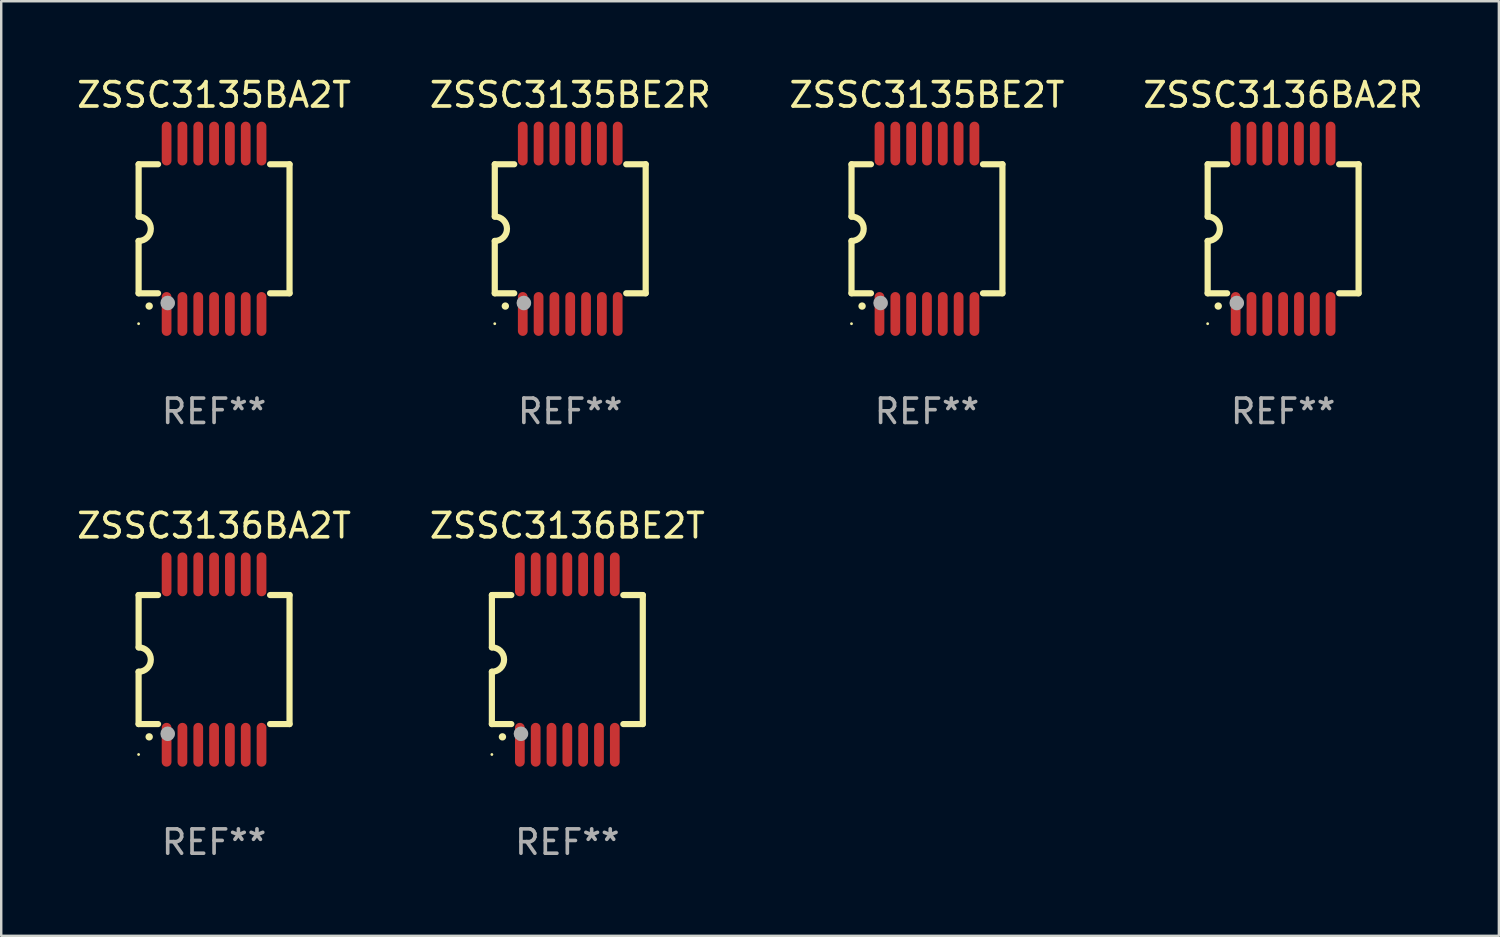
<source format=kicad_pcb>
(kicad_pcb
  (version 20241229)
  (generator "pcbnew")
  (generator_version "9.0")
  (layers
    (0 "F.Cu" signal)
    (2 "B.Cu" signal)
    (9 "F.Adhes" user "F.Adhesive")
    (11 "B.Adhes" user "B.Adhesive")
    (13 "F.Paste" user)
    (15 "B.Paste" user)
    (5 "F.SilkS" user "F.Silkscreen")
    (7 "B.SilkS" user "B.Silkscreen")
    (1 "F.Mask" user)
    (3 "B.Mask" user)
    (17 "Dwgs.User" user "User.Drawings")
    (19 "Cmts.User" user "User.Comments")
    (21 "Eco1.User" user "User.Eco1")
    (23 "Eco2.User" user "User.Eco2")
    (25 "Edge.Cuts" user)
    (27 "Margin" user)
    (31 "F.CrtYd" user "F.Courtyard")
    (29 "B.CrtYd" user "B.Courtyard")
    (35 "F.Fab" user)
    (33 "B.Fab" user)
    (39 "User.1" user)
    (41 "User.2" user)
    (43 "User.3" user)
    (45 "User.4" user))
  (footprint "ZSSC3136BA2T"
    (layer "F.Cu")
    (at 5.744 24.045)
    (property "Reference" "ZSSC3136BA2T" (at 0 -5.5 0) (layer "F.SilkS") (effects (font (size 1 1) (thickness 0.15))))
    (attr through_hole)
    (fp_line (start -3.1 2.65) (end -3.1 0.5) (stroke (width 0.254) (type solid)) (layer "F.SilkS"))
    (fp_line (start -3.099 -2.65) (end -2.301 -2.65) (stroke (width 0.254) (type solid)) (layer "F.SilkS"))
    (fp_line (start -3.099 -0.5) (end -3.099 -2.65) (stroke (width 0.254) (type solid)) (layer "F.SilkS"))
    (fp_line (start -2.301 2.65) (end -3.1 2.65) (stroke (width 0.254) (type solid)) (layer "F.SilkS"))
    (fp_line (start 2.301 -2.65) (end 3.1 -2.65) (stroke (width 0.254) (type solid)) (layer "F.SilkS"))
    (fp_line (start 3.1 -2.65) (end 3.1 2.65) (stroke (width 0.254) (type solid)) (layer "F.SilkS"))
    (fp_line (start 3.1 2.65) (end 2.301 2.65) (stroke (width 0.254) (type solid)) (layer "F.SilkS"))
    (fp_arc (start -3.098806 -0.500381) (mid -2.598806 0) (end -3.098806 0.500381) (stroke (width 0.254001) (type solid)) (layer "F.SilkS"))
    (fp_arc (start -2.667005 3.175006) (mid -2.665735 3.175001) (end -2.664465 3.175006) (stroke (width 0.3) (type solid)) (layer "F.SilkS"))
    (fp_circle (center -3.1 3.9) (end -3.07 3.9) (stroke (width 0.06) (type solid)) (fill no) (layer "F.SilkS"))
    (fp_circle (center -1.905 3.048) (end -1.755 3.048) (stroke (width 0.3) (type solid)) (fill no) (layer "F.Fab"))
    (fp_text user "REF**" (at 0 7.5 0) (layer "F.Fab") (effects (font (size 1 1) (thickness 0.15))))
    (pad "1" smd oval (at -1.95 3.5 270) (size 1.8 0.4) (layers "F.Cu" "F.Mask" "F.Paste"))
    (pad "2" smd oval (at -1.3 3.5 270) (size 1.8 0.4) (layers "F.Cu" "F.Mask" "F.Paste"))
    (pad "3" smd oval (at -0.65 3.5 270) (size 1.8 0.4) (layers "F.Cu" "F.Mask" "F.Paste"))
    (pad "4" smd oval (at 0 3.5 270) (size 1.8 0.4) (layers "F.Cu" "F.Mask" "F.Paste"))
    (pad "5" smd oval (at 0.65 3.5 270) (size 1.8 0.4) (layers "F.Cu" "F.Mask" "F.Paste"))
    (pad "6" smd oval (at 1.3 3.5 270) (size 1.8 0.4) (layers "F.Cu" "F.Mask" "F.Paste"))
    (pad "7" smd oval (at 1.95 3.5 270) (size 1.8 0.4) (layers "F.Cu" "F.Mask" "F.Paste"))
    (pad "8" smd oval (at 1.95 -3.5 90) (size 1.8 0.4) (layers "F.Cu" "F.Mask" "F.Paste"))
    (pad "9" smd oval (at 1.3 -3.5 90) (size 1.8 0.4) (layers "F.Cu" "F.Mask" "F.Paste"))
    (pad "10" smd oval (at 0.65 -3.5 90) (size 1.8 0.4) (layers "F.Cu" "F.Mask" "F.Paste"))
    (pad "11" smd oval (at 0 -3.5 90) (size 1.8 0.4) (layers "F.Cu" "F.Mask" "F.Paste"))
    (pad "12" smd oval (at -0.65 -3.5 90) (size 1.8 0.4) (layers "F.Cu" "F.Mask" "F.Paste"))
    (pad "13" smd oval (at -1.3 -3.5 90) (size 1.8 0.4) (layers "F.Cu" "F.Mask" "F.Paste"))
    (pad "14" smd oval (at -1.95 -3.5 90) (size 1.8 0.4) (layers "F.Cu" "F.Mask" "F.Paste")))
  (footprint "ZSSC3135BE2R"
    (layer "F.Cu")
    (at 20.375 6.348)
    (property "Reference" "ZSSC3135BE2R" (at 0 -5.5 0) (layer "F.SilkS") (effects (font (size 1 1) (thickness 0.15))))
    (attr through_hole)
    (fp_line (start -3.1 2.65) (end -3.1 0.5) (stroke (width 0.254) (type solid)) (layer "F.SilkS"))
    (fp_line (start -3.099 -2.65) (end -2.301 -2.65) (stroke (width 0.254) (type solid)) (layer "F.SilkS"))
    (fp_line (start -3.099 -0.5) (end -3.099 -2.65) (stroke (width 0.254) (type solid)) (layer "F.SilkS"))
    (fp_line (start -2.301 2.65) (end -3.1 2.65) (stroke (width 0.254) (type solid)) (layer "F.SilkS"))
    (fp_line (start 2.301 -2.65) (end 3.1 -2.65) (stroke (width 0.254) (type solid)) (layer "F.SilkS"))
    (fp_line (start 3.1 -2.65) (end 3.1 2.65) (stroke (width 0.254) (type solid)) (layer "F.SilkS"))
    (fp_line (start 3.1 2.65) (end 2.301 2.65) (stroke (width 0.254) (type solid)) (layer "F.SilkS"))
    (fp_arc (start -3.098806 -0.500381) (mid -2.598806 0) (end -3.098806 0.500381) (stroke (width 0.254001) (type solid)) (layer "F.SilkS"))
    (fp_arc (start -2.667005 3.175006) (mid -2.665735 3.175001) (end -2.664465 3.175006) (stroke (width 0.3) (type solid)) (layer "F.SilkS"))
    (fp_circle (center -3.1 3.9) (end -3.07 3.9) (stroke (width 0.06) (type solid)) (fill no) (layer "F.SilkS"))
    (fp_circle (center -1.905 3.048) (end -1.755 3.048) (stroke (width 0.3) (type solid)) (fill no) (layer "F.Fab"))
    (fp_text user "REF**" (at 0 7.5 0) (layer "F.Fab") (effects (font (size 1 1) (thickness 0.15))))
    (pad "1" smd oval (at -1.95 3.5 270) (size 1.8 0.4) (layers "F.Cu" "F.Mask" "F.Paste"))
    (pad "2" smd oval (at -1.3 3.5 270) (size 1.8 0.4) (layers "F.Cu" "F.Mask" "F.Paste"))
    (pad "3" smd oval (at -0.65 3.5 270) (size 1.8 0.4) (layers "F.Cu" "F.Mask" "F.Paste"))
    (pad "4" smd oval (at 0 3.5 270) (size 1.8 0.4) (layers "F.Cu" "F.Mask" "F.Paste"))
    (pad "5" smd oval (at 0.65 3.5 270) (size 1.8 0.4) (layers "F.Cu" "F.Mask" "F.Paste"))
    (pad "6" smd oval (at 1.3 3.5 270) (size 1.8 0.4) (layers "F.Cu" "F.Mask" "F.Paste"))
    (pad "7" smd oval (at 1.95 3.5 270) (size 1.8 0.4) (layers "F.Cu" "F.Mask" "F.Paste"))
    (pad "8" smd oval (at 1.95 -3.5 90) (size 1.8 0.4) (layers "F.Cu" "F.Mask" "F.Paste"))
    (pad "9" smd oval (at 1.3 -3.5 90) (size 1.8 0.4) (layers "F.Cu" "F.Mask" "F.Paste"))
    (pad "10" smd oval (at 0.65 -3.5 90) (size 1.8 0.4) (layers "F.Cu" "F.Mask" "F.Paste"))
    (pad "11" smd oval (at 0 -3.5 90) (size 1.8 0.4) (layers "F.Cu" "F.Mask" "F.Paste"))
    (pad "12" smd oval (at -0.65 -3.5 90) (size 1.8 0.4) (layers "F.Cu" "F.Mask" "F.Paste"))
    (pad "13" smd oval (at -1.3 -3.5 90) (size 1.8 0.4) (layers "F.Cu" "F.Mask" "F.Paste"))
    (pad "14" smd oval (at -1.95 -3.5 90) (size 1.8 0.4) (layers "F.Cu" "F.Mask" "F.Paste")))
  (footprint "ZSSC3135BA2T"
    (layer "F.Cu")
    (at 5.744 6.348)
    (property "Reference" "ZSSC3135BA2T" (at 0 -5.5 0) (layer "F.SilkS") (effects (font (size 1 1) (thickness 0.15))))
    (attr through_hole)
    (fp_line (start -3.1 2.65) (end -3.1 0.5) (stroke (width 0.254) (type solid)) (layer "F.SilkS"))
    (fp_line (start -3.099 -2.65) (end -2.301 -2.65) (stroke (width 0.254) (type solid)) (layer "F.SilkS"))
    (fp_line (start -3.099 -0.5) (end -3.099 -2.65) (stroke (width 0.254) (type solid)) (layer "F.SilkS"))
    (fp_line (start -2.301 2.65) (end -3.1 2.65) (stroke (width 0.254) (type solid)) (layer "F.SilkS"))
    (fp_line (start 2.301 -2.65) (end 3.1 -2.65) (stroke (width 0.254) (type solid)) (layer "F.SilkS"))
    (fp_line (start 3.1 -2.65) (end 3.1 2.65) (stroke (width 0.254) (type solid)) (layer "F.SilkS"))
    (fp_line (start 3.1 2.65) (end 2.301 2.65) (stroke (width 0.254) (type solid)) (layer "F.SilkS"))
    (fp_arc (start -3.098806 -0.500381) (mid -2.598806 0) (end -3.098806 0.500381) (stroke (width 0.254001) (type solid)) (layer "F.SilkS"))
    (fp_arc (start -2.667005 3.175006) (mid -2.665735 3.175001) (end -2.664465 3.175006) (stroke (width 0.3) (type solid)) (layer "F.SilkS"))
    (fp_circle (center -3.1 3.9) (end -3.07 3.9) (stroke (width 0.06) (type solid)) (fill no) (layer "F.SilkS"))
    (fp_circle (center -1.905 3.048) (end -1.755 3.048) (stroke (width 0.3) (type solid)) (fill no) (layer "F.Fab"))
    (fp_text user "REF**" (at 0 7.5 0) (layer "F.Fab") (effects (font (size 1 1) (thickness 0.15))))
    (pad "1" smd oval (at -1.95 3.5 270) (size 1.8 0.4) (layers "F.Cu" "F.Mask" "F.Paste"))
    (pad "2" smd oval (at -1.3 3.5 270) (size 1.8 0.4) (layers "F.Cu" "F.Mask" "F.Paste"))
    (pad "3" smd oval (at -0.65 3.5 270) (size 1.8 0.4) (layers "F.Cu" "F.Mask" "F.Paste"))
    (pad "4" smd oval (at 0 3.5 270) (size 1.8 0.4) (layers "F.Cu" "F.Mask" "F.Paste"))
    (pad "5" smd oval (at 0.65 3.5 270) (size 1.8 0.4) (layers "F.Cu" "F.Mask" "F.Paste"))
    (pad "6" smd oval (at 1.3 3.5 270) (size 1.8 0.4) (layers "F.Cu" "F.Mask" "F.Paste"))
    (pad "7" smd oval (at 1.95 3.5 270) (size 1.8 0.4) (layers "F.Cu" "F.Mask" "F.Paste"))
    (pad "8" smd oval (at 1.95 -3.5 90) (size 1.8 0.4) (layers "F.Cu" "F.Mask" "F.Paste"))
    (pad "9" smd oval (at 1.3 -3.5 90) (size 1.8 0.4) (layers "F.Cu" "F.Mask" "F.Paste"))
    (pad "10" smd oval (at 0.65 -3.5 90) (size 1.8 0.4) (layers "F.Cu" "F.Mask" "F.Paste"))
    (pad "11" smd oval (at 0 -3.5 90) (size 1.8 0.4) (layers "F.Cu" "F.Mask" "F.Paste"))
    (pad "12" smd oval (at -0.65 -3.5 90) (size 1.8 0.4) (layers "F.Cu" "F.Mask" "F.Paste"))
    (pad "13" smd oval (at -1.3 -3.5 90) (size 1.8 0.4) (layers "F.Cu" "F.Mask" "F.Paste"))
    (pad "14" smd oval (at -1.95 -3.5 90) (size 1.8 0.4) (layers "F.Cu" "F.Mask" "F.Paste")))
  (footprint "ZSSC3135BE2T"
    (layer "F.Cu")
    (at 35.03 6.348)
    (property "Reference" "ZSSC3135BE2T" (at 0 -5.5 0) (layer "F.SilkS") (effects (font (size 1 1) (thickness 0.15))))
    (attr through_hole)
    (fp_line (start -3.1 2.65) (end -3.1 0.5) (stroke (width 0.254) (type solid)) (layer "F.SilkS"))
    (fp_line (start -3.099 -2.65) (end -2.301 -2.65) (stroke (width 0.254) (type solid)) (layer "F.SilkS"))
    (fp_line (start -3.099 -0.5) (end -3.099 -2.65) (stroke (width 0.254) (type solid)) (layer "F.SilkS"))
    (fp_line (start -2.301 2.65) (end -3.1 2.65) (stroke (width 0.254) (type solid)) (layer "F.SilkS"))
    (fp_line (start 2.301 -2.65) (end 3.1 -2.65) (stroke (width 0.254) (type solid)) (layer "F.SilkS"))
    (fp_line (start 3.1 -2.65) (end 3.1 2.65) (stroke (width 0.254) (type solid)) (layer "F.SilkS"))
    (fp_line (start 3.1 2.65) (end 2.301 2.65) (stroke (width 0.254) (type solid)) (layer "F.SilkS"))
    (fp_arc (start -3.098806 -0.500381) (mid -2.598806 0) (end -3.098806 0.500381) (stroke (width 0.254001) (type solid)) (layer "F.SilkS"))
    (fp_arc (start -2.667005 3.175006) (mid -2.665735 3.175001) (end -2.664465 3.175006) (stroke (width 0.3) (type solid)) (layer "F.SilkS"))
    (fp_circle (center -3.1 3.9) (end -3.07 3.9) (stroke (width 0.06) (type solid)) (fill no) (layer "F.SilkS"))
    (fp_circle (center -1.905 3.048) (end -1.755 3.048) (stroke (width 0.3) (type solid)) (fill no) (layer "F.Fab"))
    (fp_text user "REF**" (at 0 7.5 0) (layer "F.Fab") (effects (font (size 1 1) (thickness 0.15))))
    (pad "1" smd oval (at -1.95 3.5 270) (size 1.8 0.4) (layers "F.Cu" "F.Mask" "F.Paste"))
    (pad "2" smd oval (at -1.3 3.5 270) (size 1.8 0.4) (layers "F.Cu" "F.Mask" "F.Paste"))
    (pad "3" smd oval (at -0.65 3.5 270) (size 1.8 0.4) (layers "F.Cu" "F.Mask" "F.Paste"))
    (pad "4" smd oval (at 0 3.5 270) (size 1.8 0.4) (layers "F.Cu" "F.Mask" "F.Paste"))
    (pad "5" smd oval (at 0.65 3.5 270) (size 1.8 0.4) (layers "F.Cu" "F.Mask" "F.Paste"))
    (pad "6" smd oval (at 1.3 3.5 270) (size 1.8 0.4) (layers "F.Cu" "F.Mask" "F.Paste"))
    (pad "7" smd oval (at 1.95 3.5 270) (size 1.8 0.4) (layers "F.Cu" "F.Mask" "F.Paste"))
    (pad "8" smd oval (at 1.95 -3.5 90) (size 1.8 0.4) (layers "F.Cu" "F.Mask" "F.Paste"))
    (pad "9" smd oval (at 1.3 -3.5 90) (size 1.8 0.4) (layers "F.Cu" "F.Mask" "F.Paste"))
    (pad "10" smd oval (at 0.65 -3.5 90) (size 1.8 0.4) (layers "F.Cu" "F.Mask" "F.Paste"))
    (pad "11" smd oval (at 0 -3.5 90) (size 1.8 0.4) (layers "F.Cu" "F.Mask" "F.Paste"))
    (pad "12" smd oval (at -0.65 -3.5 90) (size 1.8 0.4) (layers "F.Cu" "F.Mask" "F.Paste"))
    (pad "13" smd oval (at -1.3 -3.5 90) (size 1.8 0.4) (layers "F.Cu" "F.Mask" "F.Paste"))
    (pad "14" smd oval (at -1.95 -3.5 90) (size 1.8 0.4) (layers "F.Cu" "F.Mask" "F.Paste")))
  (footprint "ZSSC3136BE2T"
    (layer "F.Cu")
    (at 20.256 24.045)
    (property "Reference" "ZSSC3136BE2T" (at 0 -5.5 0) (layer "F.SilkS") (effects (font (size 1 1) (thickness 0.15))))
    (attr through_hole)
    (fp_line (start -3.1 2.65) (end -3.1 0.5) (stroke (width 0.254) (type solid)) (layer "F.SilkS"))
    (fp_line (start -3.099 -2.65) (end -2.301 -2.65) (stroke (width 0.254) (type solid)) (layer "F.SilkS"))
    (fp_line (start -3.099 -0.5) (end -3.099 -2.65) (stroke (width 0.254) (type solid)) (layer "F.SilkS"))
    (fp_line (start -2.301 2.65) (end -3.1 2.65) (stroke (width 0.254) (type solid)) (layer "F.SilkS"))
    (fp_line (start 2.301 -2.65) (end 3.1 -2.65) (stroke (width 0.254) (type solid)) (layer "F.SilkS"))
    (fp_line (start 3.1 -2.65) (end 3.1 2.65) (stroke (width 0.254) (type solid)) (layer "F.SilkS"))
    (fp_line (start 3.1 2.65) (end 2.301 2.65) (stroke (width 0.254) (type solid)) (layer "F.SilkS"))
    (fp_arc (start -3.098806 -0.500381) (mid -2.598806 0) (end -3.098806 0.500381) (stroke (width 0.254001) (type solid)) (layer "F.SilkS"))
    (fp_arc (start -2.667005 3.175006) (mid -2.665735 3.175001) (end -2.664465 3.175006) (stroke (width 0.3) (type solid)) (layer "F.SilkS"))
    (fp_circle (center -3.1 3.9) (end -3.07 3.9) (stroke (width 0.06) (type solid)) (fill no) (layer "F.SilkS"))
    (fp_circle (center -1.905 3.048) (end -1.755 3.048) (stroke (width 0.3) (type solid)) (fill no) (layer "F.Fab"))
    (fp_text user "REF**" (at 0 7.5 0) (layer "F.Fab") (effects (font (size 1 1) (thickness 0.15))))
    (pad "1" smd oval (at -1.95 3.5 270) (size 1.8 0.4) (layers "F.Cu" "F.Mask" "F.Paste"))
    (pad "2" smd oval (at -1.3 3.5 270) (size 1.8 0.4) (layers "F.Cu" "F.Mask" "F.Paste"))
    (pad "3" smd oval (at -0.65 3.5 270) (size 1.8 0.4) (layers "F.Cu" "F.Mask" "F.Paste"))
    (pad "4" smd oval (at 0 3.5 270) (size 1.8 0.4) (layers "F.Cu" "F.Mask" "F.Paste"))
    (pad "5" smd oval (at 0.65 3.5 270) (size 1.8 0.4) (layers "F.Cu" "F.Mask" "F.Paste"))
    (pad "6" smd oval (at 1.3 3.5 270) (size 1.8 0.4) (layers "F.Cu" "F.Mask" "F.Paste"))
    (pad "7" smd oval (at 1.95 3.5 270) (size 1.8 0.4) (layers "F.Cu" "F.Mask" "F.Paste"))
    (pad "8" smd oval (at 1.95 -3.5 90) (size 1.8 0.4) (layers "F.Cu" "F.Mask" "F.Paste"))
    (pad "9" smd oval (at 1.3 -3.5 90) (size 1.8 0.4) (layers "F.Cu" "F.Mask" "F.Paste"))
    (pad "10" smd oval (at 0.65 -3.5 90) (size 1.8 0.4) (layers "F.Cu" "F.Mask" "F.Paste"))
    (pad "11" smd oval (at 0 -3.5 90) (size 1.8 0.4) (layers "F.Cu" "F.Mask" "F.Paste"))
    (pad "12" smd oval (at -0.65 -3.5 90) (size 1.8 0.4) (layers "F.Cu" "F.Mask" "F.Paste"))
    (pad "13" smd oval (at -1.3 -3.5 90) (size 1.8 0.4) (layers "F.Cu" "F.Mask" "F.Paste"))
    (pad "14" smd oval (at -1.95 -3.5 90) (size 1.8 0.4) (layers "F.Cu" "F.Mask" "F.Paste")))
  (footprint "ZSSC3136BA2R"
    (layer "F.Cu")
    (at 49.661 6.348)
    (property "Reference" "ZSSC3136BA2R" (at 0 -5.5 0) (layer "F.SilkS") (effects (font (size 1 1) (thickness 0.15))))
    (attr through_hole)
    (fp_line (start -3.1 2.65) (end -3.1 0.5) (stroke (width 0.254) (type solid)) (layer "F.SilkS"))
    (fp_line (start -3.099 -2.65) (end -2.301 -2.65) (stroke (width 0.254) (type solid)) (layer "F.SilkS"))
    (fp_line (start -3.099 -0.5) (end -3.099 -2.65) (stroke (width 0.254) (type solid)) (layer "F.SilkS"))
    (fp_line (start -2.301 2.65) (end -3.1 2.65) (stroke (width 0.254) (type solid)) (layer "F.SilkS"))
    (fp_line (start 2.301 -2.65) (end 3.1 -2.65) (stroke (width 0.254) (type solid)) (layer "F.SilkS"))
    (fp_line (start 3.1 -2.65) (end 3.1 2.65) (stroke (width 0.254) (type solid)) (layer "F.SilkS"))
    (fp_line (start 3.1 2.65) (end 2.301 2.65) (stroke (width 0.254) (type solid)) (layer "F.SilkS"))
    (fp_arc (start -3.098806 -0.500381) (mid -2.598806 0) (end -3.098806 0.500381) (stroke (width 0.254001) (type solid)) (layer "F.SilkS"))
    (fp_arc (start -2.667005 3.175006) (mid -2.665735 3.175001) (end -2.664465 3.175006) (stroke (width 0.3) (type solid)) (layer "F.SilkS"))
    (fp_circle (center -3.1 3.9) (end -3.07 3.9) (stroke (width 0.06) (type solid)) (fill no) (layer "F.SilkS"))
    (fp_circle (center -1.905 3.048) (end -1.755 3.048) (stroke (width 0.3) (type solid)) (fill no) (layer "F.Fab"))
    (fp_text user "REF**" (at 0 7.5 0) (layer "F.Fab") (effects (font (size 1 1) (thickness 0.15))))
    (pad "1" smd oval (at -1.95 3.5 270) (size 1.8 0.4) (layers "F.Cu" "F.Mask" "F.Paste"))
    (pad "2" smd oval (at -1.3 3.5 270) (size 1.8 0.4) (layers "F.Cu" "F.Mask" "F.Paste"))
    (pad "3" smd oval (at -0.65 3.5 270) (size 1.8 0.4) (layers "F.Cu" "F.Mask" "F.Paste"))
    (pad "4" smd oval (at 0 3.5 270) (size 1.8 0.4) (layers "F.Cu" "F.Mask" "F.Paste"))
    (pad "5" smd oval (at 0.65 3.5 270) (size 1.8 0.4) (layers "F.Cu" "F.Mask" "F.Paste"))
    (pad "6" smd oval (at 1.3 3.5 270) (size 1.8 0.4) (layers "F.Cu" "F.Mask" "F.Paste"))
    (pad "7" smd oval (at 1.95 3.5 270) (size 1.8 0.4) (layers "F.Cu" "F.Mask" "F.Paste"))
    (pad "8" smd oval (at 1.95 -3.5 90) (size 1.8 0.4) (layers "F.Cu" "F.Mask" "F.Paste"))
    (pad "9" smd oval (at 1.3 -3.5 90) (size 1.8 0.4) (layers "F.Cu" "F.Mask" "F.Paste"))
    (pad "10" smd oval (at 0.65 -3.5 90) (size 1.8 0.4) (layers "F.Cu" "F.Mask" "F.Paste"))
    (pad "11" smd oval (at 0 -3.5 90) (size 1.8 0.4) (layers "F.Cu" "F.Mask" "F.Paste"))
    (pad "12" smd oval (at -0.65 -3.5 90) (size 1.8 0.4) (layers "F.Cu" "F.Mask" "F.Paste"))
    (pad "13" smd oval (at -1.3 -3.5 90) (size 1.8 0.4) (layers "F.Cu" "F.Mask" "F.Paste"))
    (pad "14" smd oval (at -1.95 -3.5 90) (size 1.8 0.4) (layers "F.Cu" "F.Mask" "F.Paste")))
  (gr_rect
    (start -3 -3)
    (end 58.524 35.393)
    (stroke (width 0.1) (type default))
    (fill no)
    (layer "Edge.Cuts")))
</source>
